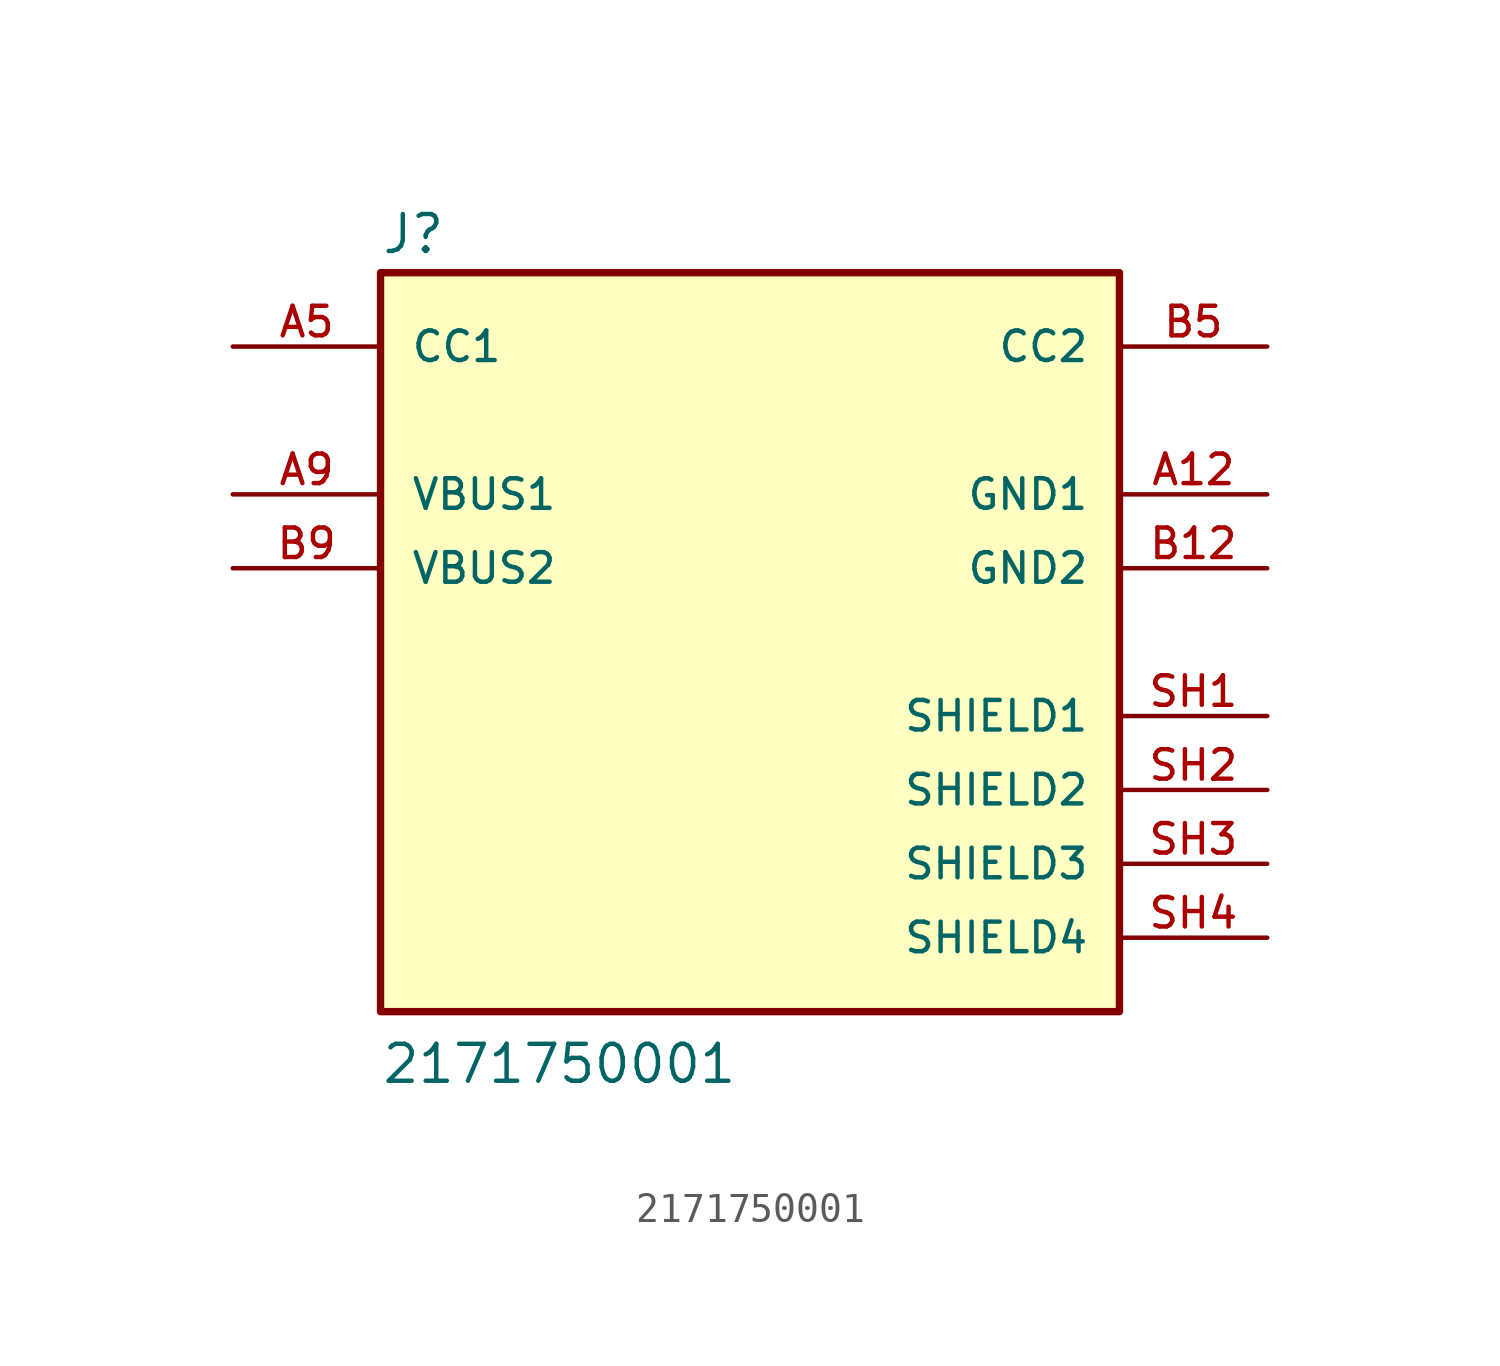
<source format=kicad_sym>
(kicad_symbol_lib
  (version 20211014)
  (generator kicad_symbol_editor)
  (symbol "2171750001"
    (pin_names
      (offset 1.016))
    (property "Reference" "J"
      (at -12.7 13.284 0)
      (effects (font (size 1.27 1.27)) (justify bottom left)))
    (property "Value" "2171750001"
      (at -12.7 -15.24 0)
      (effects (font (size 1.27 1.27)) (justify bottom left)))
    (symbol "2171750001_0_0"
      (rectangle (start -12.7 -12.7) (end 12.7 12.7) (stroke (width 0.254)) (fill (type background)))
      (pin power_in line (at 17.78 5.08 180.0) (length 5.08) (name "GND1" (effects (font (size 1.016 1.016)))) (number "A12" (effects (font (size 1.016 1.016)))))
      (pin power_in line (at -17.78 5.08 0) (length 5.08) (name "VBUS1" (effects (font (size 1.016 1.016)))) (number "A9" (effects (font (size 1.016 1.016)))))
      (pin bidirectional line (at -17.78 10.16 0) (length 5.08) (name "CC1" (effects (font (size 1.016 1.016)))) (number "A5" (effects (font (size 1.016 1.016)))))
      (pin power_in line (at 17.78 2.54 180.0) (length 5.08) (name "GND2" (effects (font (size 1.016 1.016)))) (number "B12" (effects (font (size 1.016 1.016)))))
      (pin power_in line (at -17.78 2.54 0) (length 5.08) (name "VBUS2" (effects (font (size 1.016 1.016)))) (number "B9" (effects (font (size 1.016 1.016)))))
      (pin bidirectional line (at 17.78 10.16 180.0) (length 5.08) (name "CC2" (effects (font (size 1.016 1.016)))) (number "B5" (effects (font (size 1.016 1.016)))))
      (pin passive line (at 17.78 -2.54 180.0) (length 5.08) (name "SHIELD1" (effects (font (size 1.016 1.016)))) (number "SH1" (effects (font (size 1.016 1.016)))))
      (pin passive line (at 17.78 -5.08 180.0) (length 5.08) (name "SHIELD2" (effects (font (size 1.016 1.016)))) (number "SH2" (effects (font (size 1.016 1.016)))))
      (pin passive line (at 17.78 -7.62 180.0) (length 5.08) (name "SHIELD3" (effects (font (size 1.016 1.016)))) (number "SH3" (effects (font (size 1.016 1.016)))))
      (pin passive line (at 17.78 -10.16 180.0) (length 5.08) (name "SHIELD4" (effects (font (size 1.016 1.016)))) (number "SH4" (effects (font (size 1.016 1.016))))))))
</source>
